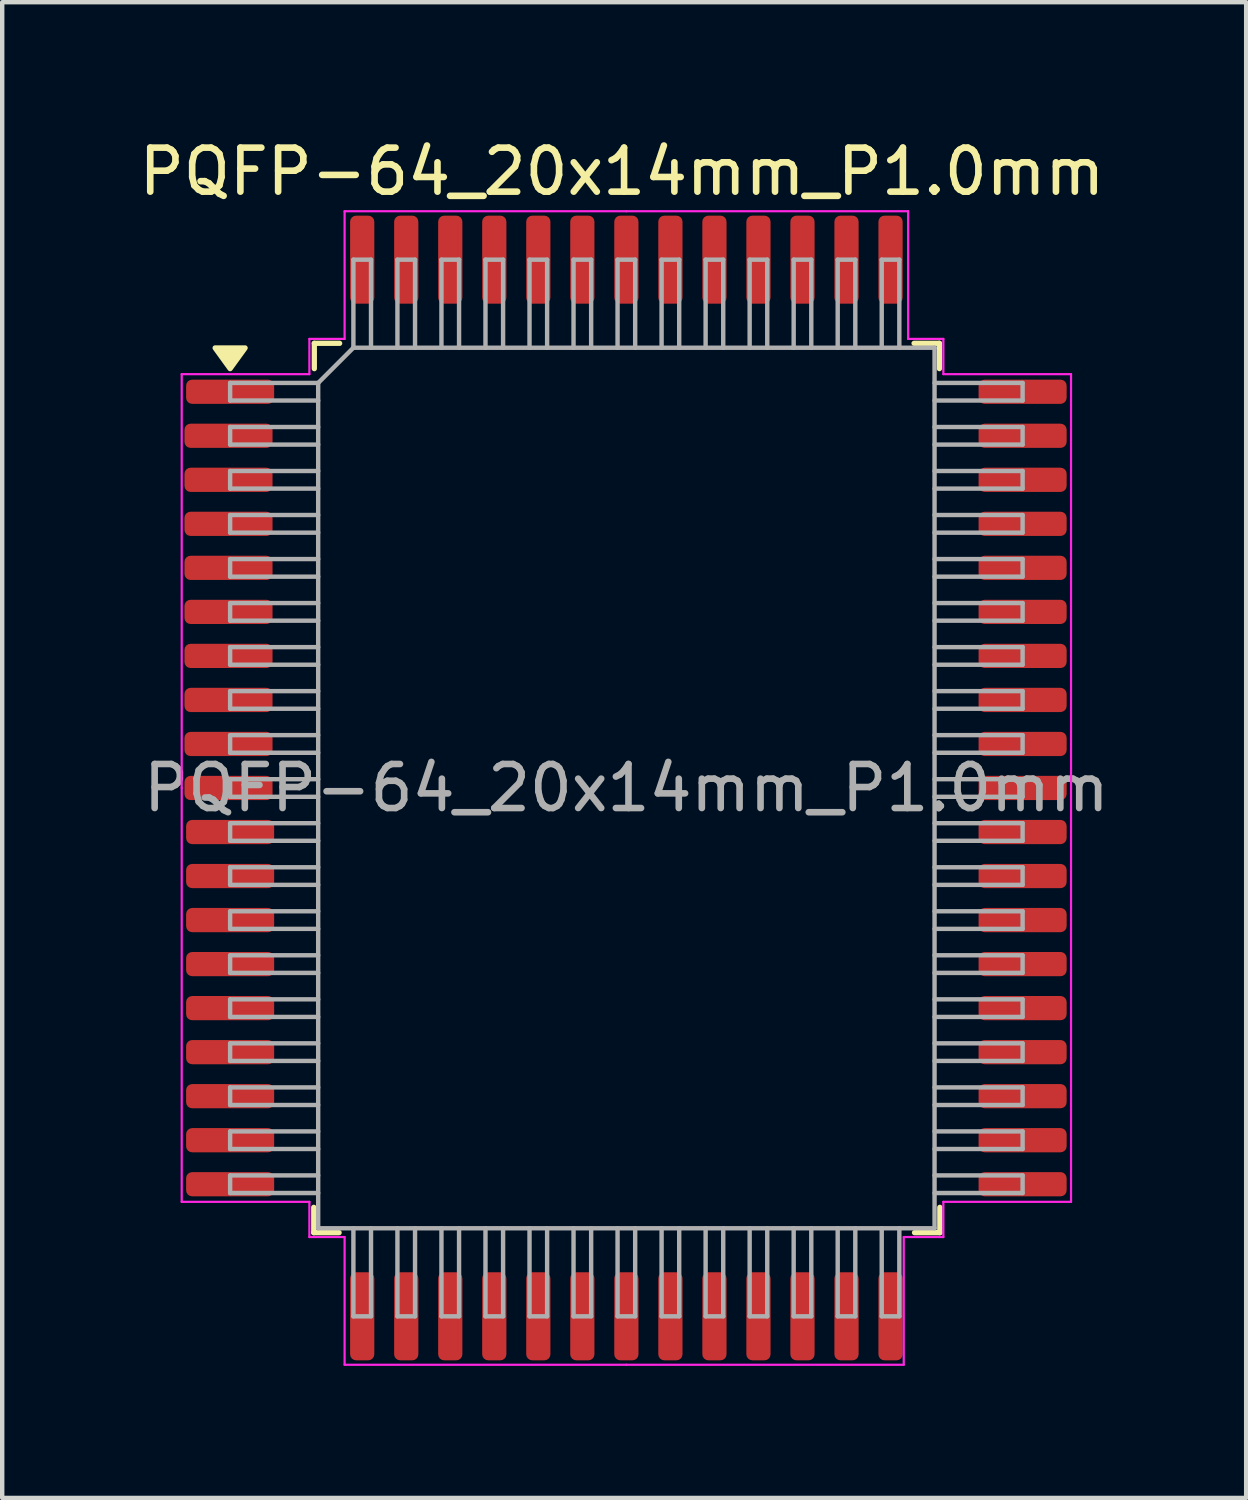
<source format=kicad_pcb>
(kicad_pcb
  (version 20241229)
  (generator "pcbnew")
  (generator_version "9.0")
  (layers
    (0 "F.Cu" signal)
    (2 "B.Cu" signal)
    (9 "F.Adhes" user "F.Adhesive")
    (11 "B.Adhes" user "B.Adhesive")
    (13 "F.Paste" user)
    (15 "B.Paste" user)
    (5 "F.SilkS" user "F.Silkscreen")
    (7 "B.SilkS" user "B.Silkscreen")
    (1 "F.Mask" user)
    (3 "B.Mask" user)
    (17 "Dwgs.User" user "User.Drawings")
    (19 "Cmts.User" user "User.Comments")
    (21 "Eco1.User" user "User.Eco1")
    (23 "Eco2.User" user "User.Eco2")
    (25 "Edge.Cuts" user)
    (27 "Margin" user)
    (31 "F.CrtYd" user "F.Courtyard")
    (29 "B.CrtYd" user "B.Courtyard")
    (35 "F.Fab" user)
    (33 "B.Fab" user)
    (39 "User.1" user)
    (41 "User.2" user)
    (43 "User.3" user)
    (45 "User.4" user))
  (footprint "PQFP-64_20x14mm_P1.0mm"
    (layer "F.Cu")
    (at 11.177 14.848)
    (property "Reference" "PQFP-64_20x14mm_P1.0mm" (at -0.1 -14 0) (layer "F.SilkS") (effects (font (size 1 1) (thickness 0.15))))
    (attr smd)
    (fp_line (start -7.1 10.1) (end -7.1 9.525) (stroke (width 0.12) (type solid)) (layer "F.SilkS"))
    (fp_line (start -7.088 -10.1) (end -7.088 -9.525) (stroke (width 0.12) (type solid)) (layer "F.SilkS"))
    (fp_line (start -6.525 10.1) (end -7.1 10.1) (stroke (width 0.12) (type solid)) (layer "F.SilkS"))
    (fp_line (start -6.513 -10.1) (end -7.088 -10.1) (stroke (width 0.12) (type solid)) (layer "F.SilkS"))
    (fp_line (start 6.535 -10.1) (end 7.11 -10.1) (stroke (width 0.12) (type solid)) (layer "F.SilkS"))
    (fp_line (start 6.545 10.1) (end 7.12 10.1) (stroke (width 0.12) (type solid)) (layer "F.SilkS"))
    (fp_line (start 7.11 -10.1) (end 7.11 -9.525) (stroke (width 0.12) (type solid)) (layer "F.SilkS"))
    (fp_line (start 7.12 10.1) (end 7.12 9.525) (stroke (width 0.12) (type solid)) (layer "F.SilkS"))
    (fp_poly (pts (xy -9 -9.525) (xy -9.34 -9.995) (xy -8.66 -9.995) (xy -9 -9.525)) (stroke (width 0.12) (type solid)) (fill yes) (layer "F.SilkS"))
    (fp_line (start -10.1 -9.4) (end -10.1 0) (stroke (width 0.05) (type solid)) (layer "F.CrtYd"))
    (fp_line (start -10.1 9.4) (end -10.1 0) (stroke (width 0.05) (type solid)) (layer "F.CrtYd"))
    (fp_line (start -10.1 9.4) (end -7.2 9.4) (stroke (width 0.05) (type solid)) (layer "F.CrtYd"))
    (fp_line (start -7.2 -10.2) (end -7.2 -9.4) (stroke (width 0.05) (type solid)) (layer "F.CrtYd"))
    (fp_line (start -7.2 -9.4) (end -10.1 -9.4) (stroke (width 0.05) (type solid)) (layer "F.CrtYd"))
    (fp_line (start -7.2 10.2) (end -7.2 9.4) (stroke (width 0.05) (type solid)) (layer "F.CrtYd"))
    (fp_line (start -6.4 -13.1) (end -6.4 -10.2) (stroke (width 0.05) (type solid)) (layer "F.CrtYd"))
    (fp_line (start -6.4 -10.2) (end -7.2 -10.2) (stroke (width 0.05) (type solid)) (layer "F.CrtYd"))
    (fp_line (start -6.4 10.2) (end -7.2 10.2) (stroke (width 0.05) (type solid)) (layer "F.CrtYd"))
    (fp_line (start -6.4 13.1) (end -6.4 10.2) (stroke (width 0.05) (type solid)) (layer "F.CrtYd"))
    (fp_line (start -6.4 13.1) (end 0 13.1) (stroke (width 0.05) (type solid)) (layer "F.CrtYd"))
    (fp_line (start 0 -13.1) (end -6.4 -13.1) (stroke (width 0.05) (type solid)) (layer "F.CrtYd"))
    (fp_line (start 0 13.1) (end 6.3 13.1) (stroke (width 0.05) (type solid)) (layer "F.CrtYd"))
    (fp_line (start 6.3 10.2) (end 7.2 10.2) (stroke (width 0.05) (type solid)) (layer "F.CrtYd"))
    (fp_line (start 6.3 13.1) (end 6.3 10.2) (stroke (width 0.05) (type solid)) (layer "F.CrtYd"))
    (fp_line (start 6.4 -13.1) (end 0 -13.1) (stroke (width 0.05) (type solid)) (layer "F.CrtYd"))
    (fp_line (start 6.4 -13.1) (end 6.4 -10.2) (stroke (width 0.05) (type solid)) (layer "F.CrtYd"))
    (fp_line (start 6.4 -10.2) (end 7.2 -10.2) (stroke (width 0.05) (type solid)) (layer "F.CrtYd"))
    (fp_line (start 7.2 -10.2) (end 7.2 -9.4) (stroke (width 0.05) (type solid)) (layer "F.CrtYd"))
    (fp_line (start 7.2 9.4) (end 10.1 9.4) (stroke (width 0.05) (type solid)) (layer "F.CrtYd"))
    (fp_line (start 7.2 10.2) (end 7.2 9.4) (stroke (width 0.05) (type solid)) (layer "F.CrtYd"))
    (fp_line (start 10.1 -9.4) (end 7.2 -9.4) (stroke (width 0.05) (type solid)) (layer "F.CrtYd"))
    (fp_line (start 10.1 -9.4) (end 10.1 0) (stroke (width 0.05) (type solid)) (layer "F.CrtYd"))
    (fp_line (start 10.1 9.4) (end 10.1 0) (stroke (width 0.05) (type solid)) (layer "F.CrtYd"))
    (fp_line (start -9 -9.2) (end -7 -9.2) (stroke (width 0.1) (type default)) (layer "F.Fab"))
    (fp_line (start -9 -8.8) (end -9 -9.2) (stroke (width 0.1) (type default)) (layer "F.Fab"))
    (fp_line (start -9 -8.2) (end -7 -8.2) (stroke (width 0.1) (type default)) (layer "F.Fab"))
    (fp_line (start -9 -7.8) (end -9 -8.2) (stroke (width 0.1) (type default)) (layer "F.Fab"))
    (fp_line (start -9 -7.2) (end -7 -7.2) (stroke (width 0.1) (type default)) (layer "F.Fab"))
    (fp_line (start -9 -6.8) (end -9 -7.2) (stroke (width 0.1) (type default)) (layer "F.Fab"))
    (fp_line (start -9 -6.2) (end -7 -6.2) (stroke (width 0.1) (type default)) (layer "F.Fab"))
    (fp_line (start -9 -5.8) (end -9 -6.2) (stroke (width 0.1) (type default)) (layer "F.Fab"))
    (fp_line (start -9 -5.2) (end -7 -5.2) (stroke (width 0.1) (type default)) (layer "F.Fab"))
    (fp_line (start -9 -4.8) (end -9 -5.2) (stroke (width 0.1) (type default)) (layer "F.Fab"))
    (fp_line (start -9 -4.2) (end -7 -4.2) (stroke (width 0.1) (type default)) (layer "F.Fab"))
    (fp_line (start -9 -3.8) (end -9 -4.2) (stroke (width 0.1) (type default)) (layer "F.Fab"))
    (fp_line (start -9 -3.2) (end -7 -3.2) (stroke (width 0.1) (type default)) (layer "F.Fab"))
    (fp_line (start -9 -2.8) (end -9 -3.2) (stroke (width 0.1) (type default)) (layer "F.Fab"))
    (fp_line (start -9 -2.2) (end -7 -2.2) (stroke (width 0.1) (type default)) (layer "F.Fab"))
    (fp_line (start -9 -1.8) (end -9 -2.2) (stroke (width 0.1) (type default)) (layer "F.Fab"))
    (fp_line (start -9 -1.2) (end -7 -1.2) (stroke (width 0.1) (type default)) (layer "F.Fab"))
    (fp_line (start -9 -0.8) (end -9 -1.2) (stroke (width 0.1) (type default)) (layer "F.Fab"))
    (fp_line (start -9 -0.2) (end -7 -0.2) (stroke (width 0.1) (type default)) (layer "F.Fab"))
    (fp_line (start -9 0.2) (end -9 -0.2) (stroke (width 0.1) (type default)) (layer "F.Fab"))
    (fp_line (start -9 0.8) (end -7 0.8) (stroke (width 0.1) (type default)) (layer "F.Fab"))
    (fp_line (start -9 1.2) (end -9 0.8) (stroke (width 0.1) (type default)) (layer "F.Fab"))
    (fp_line (start -9 1.8) (end -7 1.8) (stroke (width 0.1) (type default)) (layer "F.Fab"))
    (fp_line (start -9 2.2) (end -9 1.8) (stroke (width 0.1) (type default)) (layer "F.Fab"))
    (fp_line (start -9 2.8) (end -7 2.8) (stroke (width 0.1) (type default)) (layer "F.Fab"))
    (fp_line (start -9 3.2) (end -9 2.8) (stroke (width 0.1) (type default)) (layer "F.Fab"))
    (fp_line (start -9 3.8) (end -7 3.8) (stroke (width 0.1) (type default)) (layer "F.Fab"))
    (fp_line (start -9 4.2) (end -9 3.8) (stroke (width 0.1) (type default)) (layer "F.Fab"))
    (fp_line (start -9 4.8) (end -7 4.8) (stroke (width 0.1) (type default)) (layer "F.Fab"))
    (fp_line (start -9 5.2) (end -9 4.8) (stroke (width 0.1) (type default)) (layer "F.Fab"))
    (fp_line (start -9 5.8) (end -7 5.8) (stroke (width 0.1) (type default)) (layer "F.Fab"))
    (fp_line (start -9 6.2) (end -9 5.8) (stroke (width 0.1) (type default)) (layer "F.Fab"))
    (fp_line (start -9 6.8) (end -7 6.8) (stroke (width 0.1) (type default)) (layer "F.Fab"))
    (fp_line (start -9 7.2) (end -9 6.8) (stroke (width 0.1) (type default)) (layer "F.Fab"))
    (fp_line (start -9 7.8) (end -7 7.8) (stroke (width 0.1) (type default)) (layer "F.Fab"))
    (fp_line (start -9 8.2) (end -9 7.8) (stroke (width 0.1) (type default)) (layer "F.Fab"))
    (fp_line (start -9 8.8) (end -7 8.8) (stroke (width 0.1) (type default)) (layer "F.Fab"))
    (fp_line (start -9 9.2) (end -9 8.8) (stroke (width 0.1) (type default)) (layer "F.Fab"))
    (fp_line (start -7 -9.2) (end -6.2 -10) (stroke (width 0.1) (type solid)) (layer "F.Fab"))
    (fp_line (start -7 -8.8) (end -9 -8.8) (stroke (width 0.1) (type default)) (layer "F.Fab"))
    (fp_line (start -7 -7.8) (end -9 -7.8) (stroke (width 0.1) (type default)) (layer "F.Fab"))
    (fp_line (start -7 -6.8) (end -9 -6.8) (stroke (width 0.1) (type default)) (layer "F.Fab"))
    (fp_line (start -7 -5.8) (end -9 -5.8) (stroke (width 0.1) (type default)) (layer "F.Fab"))
    (fp_line (start -7 -4.8) (end -9 -4.8) (stroke (width 0.1) (type default)) (layer "F.Fab"))
    (fp_line (start -7 -3.8) (end -9 -3.8) (stroke (width 0.1) (type default)) (layer "F.Fab"))
    (fp_line (start -7 -2.8) (end -9 -2.8) (stroke (width 0.1) (type default)) (layer "F.Fab"))
    (fp_line (start -7 -1.8) (end -9 -1.8) (stroke (width 0.1) (type default)) (layer "F.Fab"))
    (fp_line (start -7 -0.8) (end -9 -0.8) (stroke (width 0.1) (type default)) (layer "F.Fab"))
    (fp_line (start -7 0.2) (end -9 0.2) (stroke (width 0.1) (type default)) (layer "F.Fab"))
    (fp_line (start -7 1.2) (end -9 1.2) (stroke (width 0.1) (type default)) (layer "F.Fab"))
    (fp_line (start -7 2.2) (end -9 2.2) (stroke (width 0.1) (type default)) (layer "F.Fab"))
    (fp_line (start -7 3.2) (end -9 3.2) (stroke (width 0.1) (type default)) (layer "F.Fab"))
    (fp_line (start -7 4.2) (end -9 4.2) (stroke (width 0.1) (type default)) (layer "F.Fab"))
    (fp_line (start -7 5.2) (end -9 5.2) (stroke (width 0.1) (type default)) (layer "F.Fab"))
    (fp_line (start -7 6.2) (end -9 6.2) (stroke (width 0.1) (type default)) (layer "F.Fab"))
    (fp_line (start -7 7.2) (end -9 7.2) (stroke (width 0.1) (type default)) (layer "F.Fab"))
    (fp_line (start -7 8.2) (end -9 8.2) (stroke (width 0.1) (type default)) (layer "F.Fab"))
    (fp_line (start -7 9.2) (end -9 9.2) (stroke (width 0.1) (type default)) (layer "F.Fab"))
    (fp_line (start -7 10) (end -7 -9.2) (stroke (width 0.1) (type solid)) (layer "F.Fab"))
    (fp_line (start -6.2 -12) (end -5.8 -12) (stroke (width 0.1) (type default)) (layer "F.Fab"))
    (fp_line (start -6.2 -10) (end -6.2 -12) (stroke (width 0.1) (type default)) (layer "F.Fab"))
    (fp_line (start -6.2 -10) (end 7 -10) (stroke (width 0.1) (type solid)) (layer "F.Fab"))
    (fp_line (start -6.2 12) (end -6.2 10) (stroke (width 0.1) (type default)) (layer "F.Fab"))
    (fp_line (start -5.8 -12) (end -5.8 -10) (stroke (width 0.1) (type default)) (layer "F.Fab"))
    (fp_line (start -5.8 10) (end -5.8 12) (stroke (width 0.1) (type default)) (layer "F.Fab"))
    (fp_line (start -5.8 12) (end -6.2 12) (stroke (width 0.1) (type default)) (layer "F.Fab"))
    (fp_line (start -5.2 -12) (end -4.8 -12) (stroke (width 0.1) (type default)) (layer "F.Fab"))
    (fp_line (start -5.2 -10) (end -5.2 -12) (stroke (width 0.1) (type default)) (layer "F.Fab"))
    (fp_line (start -5.2 12) (end -5.2 10) (stroke (width 0.1) (type default)) (layer "F.Fab"))
    (fp_line (start -4.8 -12) (end -4.8 -10) (stroke (width 0.1) (type default)) (layer "F.Fab"))
    (fp_line (start -4.8 10) (end -4.8 12) (stroke (width 0.1) (type default)) (layer "F.Fab"))
    (fp_line (start -4.8 12) (end -5.2 12) (stroke (width 0.1) (type default)) (layer "F.Fab"))
    (fp_line (start -4.2 -12) (end -3.8 -12) (stroke (width 0.1) (type default)) (layer "F.Fab"))
    (fp_line (start -4.2 -10) (end -4.2 -12) (stroke (width 0.1) (type default)) (layer "F.Fab"))
    (fp_line (start -4.2 12) (end -4.2 10) (stroke (width 0.1) (type default)) (layer "F.Fab"))
    (fp_line (start -3.8 -12) (end -3.8 -10) (stroke (width 0.1) (type default)) (layer "F.Fab"))
    (fp_line (start -3.8 10) (end -3.8 12) (stroke (width 0.1) (type default)) (layer "F.Fab"))
    (fp_line (start -3.8 12) (end -4.2 12) (stroke (width 0.1) (type default)) (layer "F.Fab"))
    (fp_line (start -3.2 -12) (end -2.8 -12) (stroke (width 0.1) (type default)) (layer "F.Fab"))
    (fp_line (start -3.2 -10) (end -3.2 -12) (stroke (width 0.1) (type default)) (layer "F.Fab"))
    (fp_line (start -3.2 12) (end -3.2 10) (stroke (width 0.1) (type default)) (layer "F.Fab"))
    (fp_line (start -2.8 -12) (end -2.8 -10) (stroke (width 0.1) (type default)) (layer "F.Fab"))
    (fp_line (start -2.8 10) (end -2.8 12) (stroke (width 0.1) (type default)) (layer "F.Fab"))
    (fp_line (start -2.8 12) (end -3.2 12) (stroke (width 0.1) (type default)) (layer "F.Fab"))
    (fp_line (start -2.2 -12) (end -1.8 -12) (stroke (width 0.1) (type default)) (layer "F.Fab"))
    (fp_line (start -2.2 -10) (end -2.2 -12) (stroke (width 0.1) (type default)) (layer "F.Fab"))
    (fp_line (start -2.2 12) (end -2.2 10) (stroke (width 0.1) (type default)) (layer "F.Fab"))
    (fp_line (start -1.8 -12) (end -1.8 -10) (stroke (width 0.1) (type default)) (layer "F.Fab"))
    (fp_line (start -1.8 10) (end -1.8 12) (stroke (width 0.1) (type default)) (layer "F.Fab"))
    (fp_line (start -1.8 12) (end -2.2 12) (stroke (width 0.1) (type default)) (layer "F.Fab"))
    (fp_line (start -1.2 -12) (end -0.8 -12) (stroke (width 0.1) (type default)) (layer "F.Fab"))
    (fp_line (start -1.2 -10) (end -1.2 -12) (stroke (width 0.1) (type default)) (layer "F.Fab"))
    (fp_line (start -1.2 12) (end -1.2 10) (stroke (width 0.1) (type default)) (layer "F.Fab"))
    (fp_line (start -0.8 -12) (end -0.8 -10) (stroke (width 0.1) (type default)) (layer "F.Fab"))
    (fp_line (start -0.8 10) (end -0.8 12) (stroke (width 0.1) (type default)) (layer "F.Fab"))
    (fp_line (start -0.8 12) (end -1.2 12) (stroke (width 0.1) (type default)) (layer "F.Fab"))
    (fp_line (start -0.2 -12) (end 0.2 -12) (stroke (width 0.1) (type default)) (layer "F.Fab"))
    (fp_line (start -0.2 -10) (end -0.2 -12) (stroke (width 0.1) (type default)) (layer "F.Fab"))
    (fp_line (start -0.2 12) (end -0.2 10) (stroke (width 0.1) (type default)) (layer "F.Fab"))
    (fp_line (start 0.2 -12) (end 0.2 -10) (stroke (width 0.1) (type default)) (layer "F.Fab"))
    (fp_line (start 0.2 10) (end 0.2 12) (stroke (width 0.1) (type default)) (layer "F.Fab"))
    (fp_line (start 0.2 12) (end -0.2 12) (stroke (width 0.1) (type default)) (layer "F.Fab"))
    (fp_line (start 0.8 -12) (end 1.2 -12) (stroke (width 0.1) (type default)) (layer "F.Fab"))
    (fp_line (start 0.8 -10) (end 0.8 -12) (stroke (width 0.1) (type default)) (layer "F.Fab"))
    (fp_line (start 0.8 12) (end 0.8 10) (stroke (width 0.1) (type default)) (layer "F.Fab"))
    (fp_line (start 1.2 -12) (end 1.2 -10) (stroke (width 0.1) (type default)) (layer "F.Fab"))
    (fp_line (start 1.2 10) (end 1.2 12) (stroke (width 0.1) (type default)) (layer "F.Fab"))
    (fp_line (start 1.2 12) (end 0.8 12) (stroke (width 0.1) (type default)) (layer "F.Fab"))
    (fp_line (start 1.8 -12) (end 2.2 -12) (stroke (width 0.1) (type default)) (layer "F.Fab"))
    (fp_line (start 1.8 -10) (end 1.8 -12) (stroke (width 0.1) (type default)) (layer "F.Fab"))
    (fp_line (start 1.8 12) (end 1.8 10) (stroke (width 0.1) (type default)) (layer "F.Fab"))
    (fp_line (start 2.2 -12) (end 2.2 -10) (stroke (width 0.1) (type default)) (layer "F.Fab"))
    (fp_line (start 2.2 10) (end 2.2 12) (stroke (width 0.1) (type default)) (layer "F.Fab"))
    (fp_line (start 2.2 12) (end 1.8 12) (stroke (width 0.1) (type default)) (layer "F.Fab"))
    (fp_line (start 2.8 -12) (end 3.2 -12) (stroke (width 0.1) (type default)) (layer "F.Fab"))
    (fp_line (start 2.8 -10) (end 2.8 -12) (stroke (width 0.1) (type default)) (layer "F.Fab"))
    (fp_line (start 2.8 12) (end 2.8 10) (stroke (width 0.1) (type default)) (layer "F.Fab"))
    (fp_line (start 3.2 -12) (end 3.2 -10) (stroke (width 0.1) (type default)) (layer "F.Fab"))
    (fp_line (start 3.2 10) (end 3.2 12) (stroke (width 0.1) (type default)) (layer "F.Fab"))
    (fp_line (start 3.2 12) (end 2.8 12) (stroke (width 0.1) (type default)) (layer "F.Fab"))
    (fp_line (start 3.8 -12) (end 4.2 -12) (stroke (width 0.1) (type default)) (layer "F.Fab"))
    (fp_line (start 3.8 -10) (end 3.8 -12) (stroke (width 0.1) (type default)) (layer "F.Fab"))
    (fp_line (start 3.8 12) (end 3.8 10) (stroke (width 0.1) (type default)) (layer "F.Fab"))
    (fp_line (start 4.2 -12) (end 4.2 -10) (stroke (width 0.1) (type default)) (layer "F.Fab"))
    (fp_line (start 4.2 10) (end 4.2 12) (stroke (width 0.1) (type default)) (layer "F.Fab"))
    (fp_line (start 4.2 12) (end 3.8 12) (stroke (width 0.1) (type default)) (layer "F.Fab"))
    (fp_line (start 4.8 -12) (end 5.2 -12) (stroke (width 0.1) (type default)) (layer "F.Fab"))
    (fp_line (start 4.8 -10) (end 4.8 -12) (stroke (width 0.1) (type default)) (layer "F.Fab"))
    (fp_line (start 4.8 12) (end 4.8 10) (stroke (width 0.1) (type default)) (layer "F.Fab"))
    (fp_line (start 5.2 -12) (end 5.2 -10) (stroke (width 0.1) (type default)) (layer "F.Fab"))
    (fp_line (start 5.2 10) (end 5.2 12) (stroke (width 0.1) (type default)) (layer "F.Fab"))
    (fp_line (start 5.2 12) (end 4.8 12) (stroke (width 0.1) (type default)) (layer "F.Fab"))
    (fp_line (start 5.8 -12) (end 6.2 -12) (stroke (width 0.1) (type default)) (layer "F.Fab"))
    (fp_line (start 5.8 -10) (end 5.8 -12) (stroke (width 0.1) (type default)) (layer "F.Fab"))
    (fp_line (start 5.8 12) (end 5.8 10) (stroke (width 0.1) (type default)) (layer "F.Fab"))
    (fp_line (start 6.2 -12) (end 6.2 -10) (stroke (width 0.1) (type default)) (layer "F.Fab"))
    (fp_line (start 6.2 10) (end 6.2 12) (stroke (width 0.1) (type default)) (layer "F.Fab"))
    (fp_line (start 6.2 12) (end 5.8 12) (stroke (width 0.1) (type default)) (layer "F.Fab"))
    (fp_line (start 7 -10) (end 7 10) (stroke (width 0.1) (type solid)) (layer "F.Fab"))
    (fp_line (start 7 -9.2) (end 9 -9.2) (stroke (width 0.1) (type default)) (layer "F.Fab"))
    (fp_line (start 7 -8.2) (end 9 -8.2) (stroke (width 0.1) (type default)) (layer "F.Fab"))
    (fp_line (start 7 -7.2) (end 9 -7.2) (stroke (width 0.1) (type default)) (layer "F.Fab"))
    (fp_line (start 7 -6.2) (end 9 -6.2) (stroke (width 0.1) (type default)) (layer "F.Fab"))
    (fp_line (start 7 -5.2) (end 9 -5.2) (stroke (width 0.1) (type default)) (layer "F.Fab"))
    (fp_line (start 7 -4.2) (end 9 -4.2) (stroke (width 0.1) (type default)) (layer "F.Fab"))
    (fp_line (start 7 -3.2) (end 9 -3.2) (stroke (width 0.1) (type default)) (layer "F.Fab"))
    (fp_line (start 7 -2.2) (end 9 -2.2) (stroke (width 0.1) (type default)) (layer "F.Fab"))
    (fp_line (start 7 -1.2) (end 9 -1.2) (stroke (width 0.1) (type default)) (layer "F.Fab"))
    (fp_line (start 7 -0.2) (end 9 -0.2) (stroke (width 0.1) (type default)) (layer "F.Fab"))
    (fp_line (start 7 0.8) (end 9 0.8) (stroke (width 0.1) (type default)) (layer "F.Fab"))
    (fp_line (start 7 1.8) (end 9 1.8) (stroke (width 0.1) (type default)) (layer "F.Fab"))
    (fp_line (start 7 2.8) (end 9 2.8) (stroke (width 0.1) (type default)) (layer "F.Fab"))
    (fp_line (start 7 3.8) (end 9 3.8) (stroke (width 0.1) (type default)) (layer "F.Fab"))
    (fp_line (start 7 4.8) (end 9 4.8) (stroke (width 0.1) (type default)) (layer "F.Fab"))
    (fp_line (start 7 5.8) (end 9 5.8) (stroke (width 0.1) (type default)) (layer "F.Fab"))
    (fp_line (start 7 6.8) (end 9 6.8) (stroke (width 0.1) (type default)) (layer "F.Fab"))
    (fp_line (start 7 7.8) (end 9 7.8) (stroke (width 0.1) (type default)) (layer "F.Fab"))
    (fp_line (start 7 8.8) (end 9 8.8) (stroke (width 0.1) (type default)) (layer "F.Fab"))
    (fp_line (start 7 10) (end -7 10) (stroke (width 0.1) (type solid)) (layer "F.Fab"))
    (fp_line (start 9 -9.2) (end 9 -8.8) (stroke (width 0.1) (type default)) (layer "F.Fab"))
    (fp_line (start 9 -8.8) (end 7 -8.8) (stroke (width 0.1) (type default)) (layer "F.Fab"))
    (fp_line (start 9 -8.2) (end 9 -7.8) (stroke (width 0.1) (type default)) (layer "F.Fab"))
    (fp_line (start 9 -7.8) (end 7 -7.8) (stroke (width 0.1) (type default)) (layer "F.Fab"))
    (fp_line (start 9 -7.2) (end 9 -6.8) (stroke (width 0.1) (type default)) (layer "F.Fab"))
    (fp_line (start 9 -6.8) (end 7 -6.8) (stroke (width 0.1) (type default)) (layer "F.Fab"))
    (fp_line (start 9 -6.2) (end 9 -5.8) (stroke (width 0.1) (type default)) (layer "F.Fab"))
    (fp_line (start 9 -5.8) (end 7 -5.8) (stroke (width 0.1) (type default)) (layer "F.Fab"))
    (fp_line (start 9 -5.2) (end 9 -4.8) (stroke (width 0.1) (type default)) (layer "F.Fab"))
    (fp_line (start 9 -4.8) (end 7 -4.8) (stroke (width 0.1) (type default)) (layer "F.Fab"))
    (fp_line (start 9 -4.2) (end 9 -3.8) (stroke (width 0.1) (type default)) (layer "F.Fab"))
    (fp_line (start 9 -3.8) (end 7 -3.8) (stroke (width 0.1) (type default)) (layer "F.Fab"))
    (fp_line (start 9 -3.2) (end 9 -2.8) (stroke (width 0.1) (type default)) (layer "F.Fab"))
    (fp_line (start 9 -2.8) (end 7 -2.8) (stroke (width 0.1) (type default)) (layer "F.Fab"))
    (fp_line (start 9 -2.2) (end 9 -1.8) (stroke (width 0.1) (type default)) (layer "F.Fab"))
    (fp_line (start 9 -1.8) (end 7 -1.8) (stroke (width 0.1) (type default)) (layer "F.Fab"))
    (fp_line (start 9 -1.2) (end 9 -0.8) (stroke (width 0.1) (type default)) (layer "F.Fab"))
    (fp_line (start 9 -0.8) (end 7 -0.8) (stroke (width 0.1) (type default)) (layer "F.Fab"))
    (fp_line (start 9 -0.2) (end 9 0.2) (stroke (width 0.1) (type default)) (layer "F.Fab"))
    (fp_line (start 9 0.2) (end 7 0.2) (stroke (width 0.1) (type default)) (layer "F.Fab"))
    (fp_line (start 9 0.8) (end 9 1.2) (stroke (width 0.1) (type default)) (layer "F.Fab"))
    (fp_line (start 9 1.2) (end 7 1.2) (stroke (width 0.1) (type default)) (layer "F.Fab"))
    (fp_line (start 9 1.8) (end 9 2.2) (stroke (width 0.1) (type default)) (layer "F.Fab"))
    (fp_line (start 9 2.2) (end 7 2.2) (stroke (width 0.1) (type default)) (layer "F.Fab"))
    (fp_line (start 9 2.8) (end 9 3.2) (stroke (width 0.1) (type default)) (layer "F.Fab"))
    (fp_line (start 9 3.2) (end 7 3.2) (stroke (width 0.1) (type default)) (layer "F.Fab"))
    (fp_line (start 9 3.8) (end 9 4.2) (stroke (width 0.1) (type default)) (layer "F.Fab"))
    (fp_line (start 9 4.2) (end 7 4.2) (stroke (width 0.1) (type default)) (layer "F.Fab"))
    (fp_line (start 9 4.8) (end 9 5.2) (stroke (width 0.1) (type default)) (layer "F.Fab"))
    (fp_line (start 9 5.2) (end 7 5.2) (stroke (width 0.1) (type default)) (layer "F.Fab"))
    (fp_line (start 9 5.8) (end 9 6.2) (stroke (width 0.1) (type default)) (layer "F.Fab"))
    (fp_line (start 9 6.2) (end 7 6.2) (stroke (width 0.1) (type default)) (layer "F.Fab"))
    (fp_line (start 9 6.8) (end 9 7.2) (stroke (width 0.1) (type default)) (layer "F.Fab"))
    (fp_line (start 9 7.2) (end 7 7.2) (stroke (width 0.1) (type default)) (layer "F.Fab"))
    (fp_line (start 9 7.8) (end 9 8.2) (stroke (width 0.1) (type default)) (layer "F.Fab"))
    (fp_line (start 9 8.2) (end 7 8.2) (stroke (width 0.1) (type default)) (layer "F.Fab"))
    (fp_line (start 9 8.8) (end 9 9.2) (stroke (width 0.1) (type default)) (layer "F.Fab"))
    (fp_line (start 9 9.2) (end 7 9.2) (stroke (width 0.1) (type default)) (layer "F.Fab"))
    (fp_text user "${REFERENCE}" (at 0 0 0) (layer "F.Fab") (effects (font (size 1 1) (thickness 0.15))))
    (pad "1" smd roundrect (at -9 -9) (size 2 0.55) (layers "F.Cu" "F.Mask" "F.Paste") (roundrect_rratio 0.25))
    (pad "2" smd roundrect (at -9.037 -8) (size 2 0.55) (layers "F.Cu" "F.Mask" "F.Paste") (roundrect_rratio 0.25))
    (pad "3" smd roundrect (at -9.037 -7) (size 2 0.55) (layers "F.Cu" "F.Mask" "F.Paste") (roundrect_rratio 0.25))
    (pad "4" smd roundrect (at -9.037 -6) (size 2 0.55) (layers "F.Cu" "F.Mask" "F.Paste") (roundrect_rratio 0.25))
    (pad "5" smd roundrect (at -9.037 -5) (size 2 0.55) (layers "F.Cu" "F.Mask" "F.Paste") (roundrect_rratio 0.25))
    (pad "6" smd roundrect (at -9.037 -4) (size 2 0.55) (layers "F.Cu" "F.Mask" "F.Paste") (roundrect_rratio 0.25))
    (pad "7" smd roundrect (at -9.037 -3) (size 2 0.55) (layers "F.Cu" "F.Mask" "F.Paste") (roundrect_rratio 0.25))
    (pad "8" smd roundrect (at -9.037 -2) (size 2 0.55) (layers "F.Cu" "F.Mask" "F.Paste") (roundrect_rratio 0.25))
    (pad "9" smd roundrect (at -9.037 -1) (size 2 0.55) (layers "F.Cu" "F.Mask" "F.Paste") (roundrect_rratio 0.25))
    (pad "10" smd roundrect (at -9.037 0) (size 2 0.55) (layers "F.Cu" "F.Mask" "F.Paste") (roundrect_rratio 0.25))
    (pad "11" smd roundrect (at -9 1) (size 2 0.55) (layers "F.Cu" "F.Mask" "F.Paste") (roundrect_rratio 0.25))
    (pad "12" smd roundrect (at -9 2) (size 2 0.55) (layers "F.Cu" "F.Mask" "F.Paste") (roundrect_rratio 0.25))
    (pad "13" smd roundrect (at -9 3) (size 2 0.55) (layers "F.Cu" "F.Mask" "F.Paste") (roundrect_rratio 0.25))
    (pad "14" smd roundrect (at -9 4) (size 2 0.55) (layers "F.Cu" "F.Mask" "F.Paste") (roundrect_rratio 0.25))
    (pad "15" smd roundrect (at -9 5) (size 2 0.55) (layers "F.Cu" "F.Mask" "F.Paste") (roundrect_rratio 0.25))
    (pad "16" smd roundrect (at -9 6) (size 2 0.55) (layers "F.Cu" "F.Mask" "F.Paste") (roundrect_rratio 0.25))
    (pad "17" smd roundrect (at -9 7) (size 2 0.55) (layers "F.Cu" "F.Mask" "F.Paste") (roundrect_rratio 0.25))
    (pad "18" smd roundrect (at -9 8) (size 2 0.55) (layers "F.Cu" "F.Mask" "F.Paste") (roundrect_rratio 0.25))
    (pad "19" smd roundrect (at -9 9) (size 2 0.55) (layers "F.Cu" "F.Mask" "F.Paste") (roundrect_rratio 0.25))
    (pad "20" smd roundrect (at -6 12) (size 0.55 2) (layers "F.Cu" "F.Mask" "F.Paste") (roundrect_rratio 0.25))
    (pad "21" smd roundrect (at -5 12) (size 0.55 2) (layers "F.Cu" "F.Mask" "F.Paste") (roundrect_rratio 0.25))
    (pad "22" smd roundrect (at -4 12) (size 0.55 2) (layers "F.Cu" "F.Mask" "F.Paste") (roundrect_rratio 0.25))
    (pad "23" smd roundrect (at -3 12) (size 0.55 2) (layers "F.Cu" "F.Mask" "F.Paste") (roundrect_rratio 0.25))
    (pad "24" smd roundrect (at -2 12) (size 0.55 2) (layers "F.Cu" "F.Mask" "F.Paste") (roundrect_rratio 0.25))
    (pad "25" smd roundrect (at -1 12) (size 0.55 2) (layers "F.Cu" "F.Mask" "F.Paste") (roundrect_rratio 0.25))
    (pad "26" smd roundrect (at 0 12) (size 0.55 2) (layers "F.Cu" "F.Mask" "F.Paste") (roundrect_rratio 0.25))
    (pad "27" smd roundrect (at 1 12) (size 0.55 2) (layers "F.Cu" "F.Mask" "F.Paste") (roundrect_rratio 0.25))
    (pad "28" smd roundrect (at 2 12) (size 0.55 2) (layers "F.Cu" "F.Mask" "F.Paste") (roundrect_rratio 0.25))
    (pad "29" smd roundrect (at 3 12) (size 0.55 2) (layers "F.Cu" "F.Mask" "F.Paste") (roundrect_rratio 0.25))
    (pad "30" smd roundrect (at 4 12) (size 0.55 2) (layers "F.Cu" "F.Mask" "F.Paste") (roundrect_rratio 0.25))
    (pad "31" smd roundrect (at 5 12) (size 0.55 2) (layers "F.Cu" "F.Mask" "F.Paste") (roundrect_rratio 0.25))
    (pad "32" smd roundrect (at 6 12) (size 0.55 2) (layers "F.Cu" "F.Mask" "F.Paste") (roundrect_rratio 0.25))
    (pad "33" smd roundrect (at 9 9) (size 2 0.55) (layers "F.Cu" "F.Mask" "F.Paste") (roundrect_rratio 0.25))
    (pad "34" smd roundrect (at 9 8) (size 2 0.55) (layers "F.Cu" "F.Mask" "F.Paste") (roundrect_rratio 0.25))
    (pad "35" smd roundrect (at 9 7) (size 2 0.55) (layers "F.Cu" "F.Mask" "F.Paste") (roundrect_rratio 0.25))
    (pad "36" smd roundrect (at 9 6) (size 2 0.55) (layers "F.Cu" "F.Mask" "F.Paste") (roundrect_rratio 0.25))
    (pad "37" smd roundrect (at 9 5) (size 2 0.55) (layers "F.Cu" "F.Mask" "F.Paste") (roundrect_rratio 0.25))
    (pad "38" smd roundrect (at 9 4) (size 2 0.55) (layers "F.Cu" "F.Mask" "F.Paste") (roundrect_rratio 0.25))
    (pad "39" smd roundrect (at 9 3) (size 2 0.55) (layers "F.Cu" "F.Mask" "F.Paste") (roundrect_rratio 0.25))
    (pad "40" smd roundrect (at 9 2) (size 2 0.55) (layers "F.Cu" "F.Mask" "F.Paste") (roundrect_rratio 0.25))
    (pad "41" smd roundrect (at 9 1) (size 2 0.55) (layers "F.Cu" "F.Mask" "F.Paste") (roundrect_rratio 0.25))
    (pad "42" smd roundrect (at 9 0) (size 2 0.55) (layers "F.Cu" "F.Mask" "F.Paste") (roundrect_rratio 0.25))
    (pad "43" smd roundrect (at 9 -1) (size 2 0.55) (layers "F.Cu" "F.Mask" "F.Paste") (roundrect_rratio 0.25))
    (pad "44" smd roundrect (at 9 -2) (size 2 0.55) (layers "F.Cu" "F.Mask" "F.Paste") (roundrect_rratio 0.25))
    (pad "45" smd roundrect (at 9 -3) (size 2 0.55) (layers "F.Cu" "F.Mask" "F.Paste") (roundrect_rratio 0.25))
    (pad "46" smd roundrect (at 9 -4) (size 2 0.55) (layers "F.Cu" "F.Mask" "F.Paste") (roundrect_rratio 0.25))
    (pad "47" smd roundrect (at 9 -5) (size 2 0.55) (layers "F.Cu" "F.Mask" "F.Paste") (roundrect_rratio 0.25))
    (pad "48" smd roundrect (at 9 -6) (size 2 0.55) (layers "F.Cu" "F.Mask" "F.Paste") (roundrect_rratio 0.25))
    (pad "49" smd roundrect (at 9 -7 270) (size 0.55 2) (layers "F.Cu" "F.Mask" "F.Paste") (roundrect_rratio 0.25))
    (pad "50" smd roundrect (at 9 -8 270) (size 0.55 2) (layers "F.Cu" "F.Mask" "F.Paste") (roundrect_rratio 0.25))
    (pad "51" smd roundrect (at 9 -9 270) (size 0.55 2) (layers "F.Cu" "F.Mask" "F.Paste") (roundrect_rratio 0.25))
    (pad "52" smd roundrect (at 6 -12) (size 0.55 2) (layers "F.Cu" "F.Mask" "F.Paste") (roundrect_rratio 0.25))
    (pad "53" smd roundrect (at 5 -12) (size 0.55 2) (layers "F.Cu" "F.Mask" "F.Paste") (roundrect_rratio 0.25))
    (pad "54" smd roundrect (at 4 -12) (size 0.55 2) (layers "F.Cu" "F.Mask" "F.Paste") (roundrect_rratio 0.25))
    (pad "55" smd roundrect (at 3 -12) (size 0.55 2) (layers "F.Cu" "F.Mask" "F.Paste") (roundrect_rratio 0.25))
    (pad "56" smd roundrect (at 2 -12) (size 0.55 2) (layers "F.Cu" "F.Mask" "F.Paste") (roundrect_rratio 0.25))
    (pad "57" smd roundrect (at 1 -12) (size 0.55 2) (layers "F.Cu" "F.Mask" "F.Paste") (roundrect_rratio 0.25))
    (pad "58" smd roundrect (at 0 -12) (size 0.55 2) (layers "F.Cu" "F.Mask" "F.Paste") (roundrect_rratio 0.25))
    (pad "59" smd roundrect (at -1 -12) (size 0.55 2) (layers "F.Cu" "F.Mask" "F.Paste") (roundrect_rratio 0.25))
    (pad "60" smd roundrect (at -2 -12) (size 0.55 2) (layers "F.Cu" "F.Mask" "F.Paste") (roundrect_rratio 0.25))
    (pad "61" smd roundrect (at -3 -12) (size 0.55 2) (layers "F.Cu" "F.Mask" "F.Paste") (roundrect_rratio 0.25))
    (pad "62" smd roundrect (at -4 -12) (size 0.55 2) (layers "F.Cu" "F.Mask" "F.Paste") (roundrect_rratio 0.25))
    (pad "63" smd roundrect (at -5 -12) (size 0.55 2) (layers "F.Cu" "F.Mask" "F.Paste") (roundrect_rratio 0.25))
    (pad "64" smd roundrect (at -6 -12) (size 0.55 2) (layers "F.Cu" "F.Mask" "F.Paste") (roundrect_rratio 0.25)))
  (gr_rect
    (start -3 -3)
    (end 25.255 30.973)
    (stroke (width 0.1) (type default))
    (fill no)
    (layer "Edge.Cuts")))
</source>
